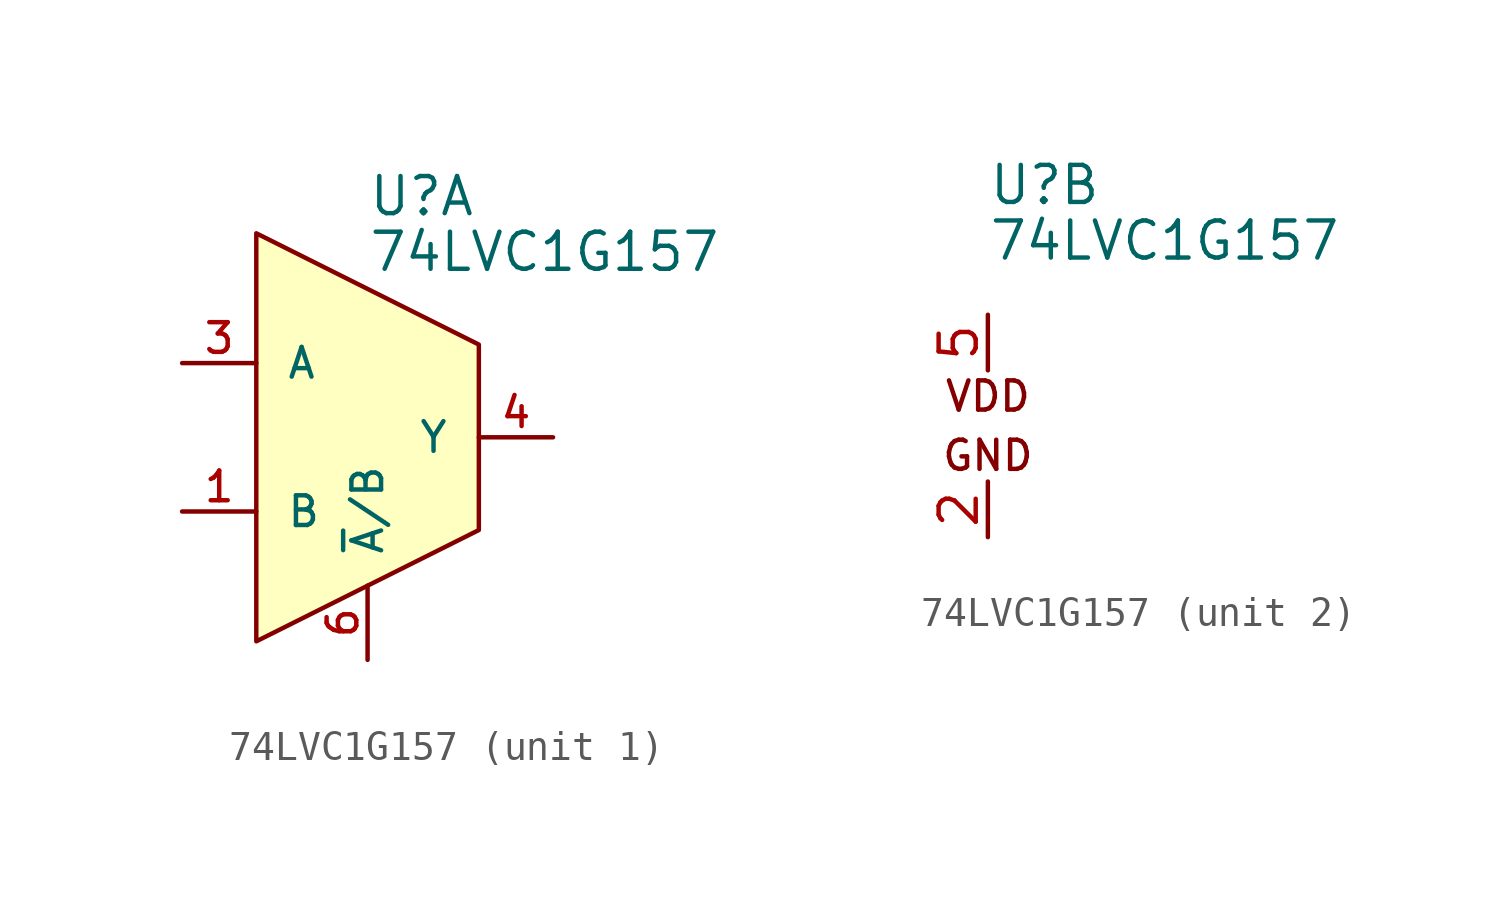
<source format=kicad_sym>
(kicad_symbol_lib
  (version 20211014)
  (generator kicad_symbol_editor)
  (symbol "74LVC1G157"
    (pin_names
      (offset 1.016))
    (property "Reference" "U"
      (at 0 8.255 0)
      (effects (font (size 1.27 1.27)) (justify left)))
    (property "Value" "74LVC1G157"
      (at 0 6.35 0)
      (effects (font (size 1.27 1.27)) (justify left)))
    (property "ki_locked" ""
      (at 0 0 0)
      (effects (font (size 1.27 1.27))))
    (symbol "74LVC1G157_1_1"
      (polyline (pts (xy -3.81 6.985) (xy 3.81 3.175) (xy 3.81 -3.175) (xy -3.81 -6.985) (xy -3.81 6.985)) (stroke (width 0) (type default) (color 0 0 0 0)) (fill (type background)))
      (pin input line (at -6.35 -2.54 0) (length 2.54) (name "B" (effects (font (size 1.016 1.016)))) (number "1" (effects (font (size 1.016 1.016)))))
      (pin input line (at -6.35 2.54 0) (length 2.54) (name "A" (effects (font (size 1.016 1.016)))) (number "3" (effects (font (size 1.016 1.016)))))
      (pin output line (at 6.35 0 180) (length 2.54) (name "Y" (effects (font (size 1.016 1.016)))) (number "4" (effects (font (size 1.016 1.016)))))
      (pin input line (at 0 -7.62 90) (length 2.54) (name "~{A}/B" (effects (font (size 1.016 1.016)))) (number "6" (effects (font (size 1.016 1.016))))))
    (symbol "74LVC1G157_2_0"
      (text "GND" (at 0 -1.016 0) (effects (font (size 1 1))))
      (text "VDD" (at 0 1.016 0) (effects (font (size 1 1)))))
    (symbol "74LVC1G157_2_1"
      (pin power_in line (at 0 -3.81 90) (length 1.905) (name "~" (effects (font (size 0.635 0.635)))) (number "2" (effects (font (size 1.27 1.27)))))
      (pin power_in line (at 0 3.81 270) (length 1.905) (name "~" (effects (font (size 0.635 0.635)))) (number "5" (effects (font (size 1.27 1.27))))))))
</source>
